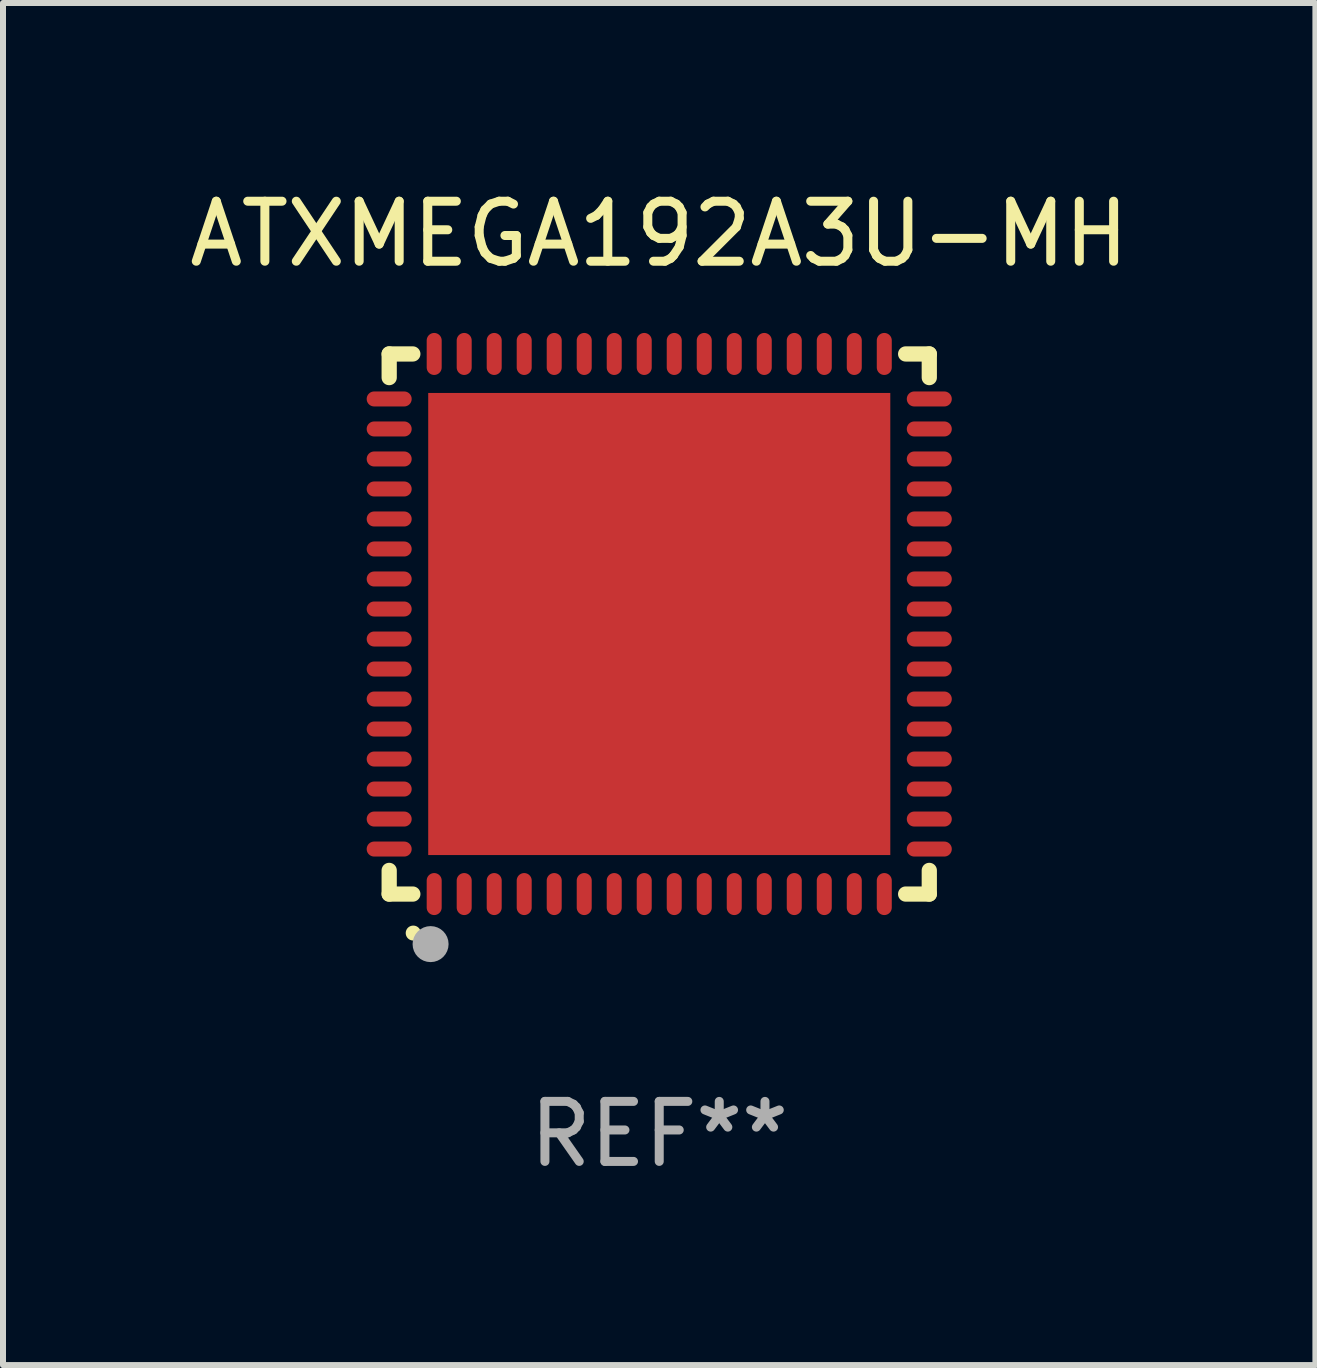
<source format=kicad_pcb>
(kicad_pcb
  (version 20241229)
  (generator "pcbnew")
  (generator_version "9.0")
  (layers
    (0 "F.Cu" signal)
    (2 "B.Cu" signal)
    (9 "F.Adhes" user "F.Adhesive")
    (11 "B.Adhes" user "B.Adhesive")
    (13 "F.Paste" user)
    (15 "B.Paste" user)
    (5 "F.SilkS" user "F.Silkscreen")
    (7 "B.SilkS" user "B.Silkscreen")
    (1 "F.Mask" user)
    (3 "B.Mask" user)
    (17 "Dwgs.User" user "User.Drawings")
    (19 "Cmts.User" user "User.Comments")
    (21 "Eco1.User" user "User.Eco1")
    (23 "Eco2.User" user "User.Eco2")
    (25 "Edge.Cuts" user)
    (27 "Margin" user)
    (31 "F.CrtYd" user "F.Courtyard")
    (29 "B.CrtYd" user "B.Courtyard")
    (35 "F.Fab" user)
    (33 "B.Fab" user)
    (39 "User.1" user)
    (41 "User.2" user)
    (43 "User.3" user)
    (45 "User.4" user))
  (footprint "ATXMEGA192A3U-MH"
    (layer "F.Cu")
    (at 7.935 7.348)
    (property "Reference" "ATXMEGA192A3U-MH" (at 0 -6.5 0) (layer "F.SilkS") (effects (font (size 1 1) (thickness 0.15))))
    (attr through_hole)
    (fp_line (start -4.5 -4.5) (end -4.106 -4.5) (stroke (width 0.254) (type solid)) (layer "F.SilkS"))
    (fp_line (start -4.5 -4.106) (end -4.5 -4.5) (stroke (width 0.254) (type solid)) (layer "F.SilkS"))
    (fp_line (start -4.5 4.5) (end -4.5 4.106) (stroke (width 0.254) (type solid)) (layer "F.SilkS"))
    (fp_line (start -4.106 4.5) (end -4.5 4.5) (stroke (width 0.254) (type solid)) (layer "F.SilkS"))
    (fp_line (start 4.106 -4.5) (end 4.5 -4.5) (stroke (width 0.254) (type solid)) (layer "F.SilkS"))
    (fp_line (start 4.5 -4.5) (end 4.5 -4.106) (stroke (width 0.254) (type solid)) (layer "F.SilkS"))
    (fp_line (start 4.5 4.106) (end 4.5 4.5) (stroke (width 0.254) (type solid)) (layer "F.SilkS"))
    (fp_line (start 4.5 4.5) (end 4.106 4.5) (stroke (width 0.254) (type solid)) (layer "F.SilkS"))
    (fp_arc (start -4.099987 5.149898) (mid -4.098717 5.149892) (end -4.097447 5.149898) (stroke (width 0.24892) (type solid)) (layer "F.SilkS"))
    (fp_circle (center -4.5 4.5) (end -4.47 4.5) (stroke (width 0.06) (type solid)) (fill no) (layer "F.SilkS"))
    (fp_circle (center -3.81 5.334) (end -3.66 5.334) (stroke (width 0.3) (type solid)) (fill no) (layer "F.Fab"))
    (fp_text user "REF**" (at 0 8.5 0) (layer "F.Fab") (effects (font (size 1 1) (thickness 0.15))))
    (pad "1" smd oval (at -3.75 4.5) (size 0.25 0.7) (layers "F.Cu" "F.Mask" "F.Paste"))
    (pad "2" smd oval (at -3.25 4.5) (size 0.25 0.7) (layers "F.Cu" "F.Mask" "F.Paste"))
    (pad "3" smd oval (at -2.75 4.5) (size 0.25 0.7) (layers "F.Cu" "F.Mask" "F.Paste"))
    (pad "4" smd oval (at -2.25 4.5) (size 0.25 0.7) (layers "F.Cu" "F.Mask" "F.Paste"))
    (pad "5" smd oval (at -1.75 4.5) (size 0.25 0.7) (layers "F.Cu" "F.Mask" "F.Paste"))
    (pad "6" smd oval (at -1.25 4.5) (size 0.25 0.7) (layers "F.Cu" "F.Mask" "F.Paste"))
    (pad "7" smd oval (at -0.75 4.5) (size 0.25 0.7) (layers "F.Cu" "F.Mask" "F.Paste"))
    (pad "8" smd oval (at -0.25 4.5) (size 0.25 0.7) (layers "F.Cu" "F.Mask" "F.Paste"))
    (pad "9" smd oval (at 0.25 4.5) (size 0.25 0.7) (layers "F.Cu" "F.Mask" "F.Paste"))
    (pad "10" smd oval (at 0.75 4.5) (size 0.25 0.7) (layers "F.Cu" "F.Mask" "F.Paste"))
    (pad "11" smd oval (at 1.25 4.5) (size 0.25 0.7) (layers "F.Cu" "F.Mask" "F.Paste"))
    (pad "12" smd oval (at 1.75 4.5) (size 0.25 0.7) (layers "F.Cu" "F.Mask" "F.Paste"))
    (pad "13" smd oval (at 2.25 4.5) (size 0.25 0.7) (layers "F.Cu" "F.Mask" "F.Paste"))
    (pad "14" smd oval (at 2.75 4.5) (size 0.25 0.7) (layers "F.Cu" "F.Mask" "F.Paste"))
    (pad "15" smd oval (at 3.25 4.5) (size 0.25 0.7) (layers "F.Cu" "F.Mask" "F.Paste"))
    (pad "16" smd oval (at 3.75 4.5) (size 0.25 0.7) (layers "F.Cu" "F.Mask" "F.Paste"))
    (pad "17" smd oval (at 4.5 3.75) (size 0.75 0.25) (layers "F.Cu" "F.Mask" "F.Paste"))
    (pad "18" smd oval (at 4.5 3.25) (size 0.75 0.25) (layers "F.Cu" "F.Mask" "F.Paste"))
    (pad "19" smd oval (at 4.5 2.75) (size 0.75 0.25) (layers "F.Cu" "F.Mask" "F.Paste"))
    (pad "20" smd oval (at 4.5 2.25) (size 0.75 0.25) (layers "F.Cu" "F.Mask" "F.Paste"))
    (pad "21" smd oval (at 4.5 1.75) (size 0.75 0.25) (layers "F.Cu" "F.Mask" "F.Paste"))
    (pad "22" smd oval (at 4.5 1.25) (size 0.75 0.25) (layers "F.Cu" "F.Mask" "F.Paste"))
    (pad "23" smd oval (at 4.5 0.75) (size 0.75 0.25) (layers "F.Cu" "F.Mask" "F.Paste"))
    (pad "24" smd oval (at 4.5 0.25) (size 0.75 0.25) (layers "F.Cu" "F.Mask" "F.Paste"))
    (pad "25" smd oval (at 4.5 -0.25) (size 0.75 0.25) (layers "F.Cu" "F.Mask" "F.Paste"))
    (pad "26" smd oval (at 4.5 -0.75) (size 0.75 0.25) (layers "F.Cu" "F.Mask" "F.Paste"))
    (pad "27" smd oval (at 4.5 -1.25) (size 0.75 0.25) (layers "F.Cu" "F.Mask" "F.Paste"))
    (pad "28" smd oval (at 4.5 -1.75) (size 0.75 0.25) (layers "F.Cu" "F.Mask" "F.Paste"))
    (pad "29" smd oval (at 4.5 -2.25) (size 0.75 0.25) (layers "F.Cu" "F.Mask" "F.Paste"))
    (pad "30" smd oval (at 4.5 -2.75) (size 0.75 0.25) (layers "F.Cu" "F.Mask" "F.Paste"))
    (pad "31" smd oval (at 4.5 -3.25) (size 0.75 0.25) (layers "F.Cu" "F.Mask" "F.Paste"))
    (pad "32" smd oval (at 4.5 -3.75) (size 0.75 0.25) (layers "F.Cu" "F.Mask" "F.Paste"))
    (pad "33" smd oval (at 3.75 -4.5) (size 0.25 0.7) (layers "F.Cu" "F.Mask" "F.Paste"))
    (pad "34" smd oval (at 3.25 -4.5) (size 0.25 0.7) (layers "F.Cu" "F.Mask" "F.Paste"))
    (pad "35" smd oval (at 2.75 -4.5) (size 0.25 0.7) (layers "F.Cu" "F.Mask" "F.Paste"))
    (pad "36" smd oval (at 2.25 -4.5) (size 0.25 0.7) (layers "F.Cu" "F.Mask" "F.Paste"))
    (pad "37" smd oval (at 1.75 -4.5) (size 0.25 0.7) (layers "F.Cu" "F.Mask" "F.Paste"))
    (pad "38" smd oval (at 1.25 -4.5) (size 0.25 0.7) (layers "F.Cu" "F.Mask" "F.Paste"))
    (pad "39" smd oval (at 0.75 -4.5) (size 0.25 0.7) (layers "F.Cu" "F.Mask" "F.Paste"))
    (pad "40" smd oval (at 0.25 -4.5) (size 0.25 0.7) (layers "F.Cu" "F.Mask" "F.Paste"))
    (pad "41" smd oval (at -0.25 -4.5) (size 0.25 0.7) (layers "F.Cu" "F.Mask" "F.Paste"))
    (pad "42" smd oval (at -0.75 -4.5) (size 0.25 0.7) (layers "F.Cu" "F.Mask" "F.Paste"))
    (pad "43" smd oval (at -1.25 -4.5) (size 0.25 0.7) (layers "F.Cu" "F.Mask" "F.Paste"))
    (pad "44" smd oval (at -1.75 -4.5) (size 0.25 0.7) (layers "F.Cu" "F.Mask" "F.Paste"))
    (pad "45" smd oval (at -2.25 -4.5) (size 0.25 0.7) (layers "F.Cu" "F.Mask" "F.Paste"))
    (pad "46" smd oval (at -2.75 -4.5) (size 0.25 0.7) (layers "F.Cu" "F.Mask" "F.Paste"))
    (pad "47" smd oval (at -3.25 -4.5) (size 0.25 0.7) (layers "F.Cu" "F.Mask" "F.Paste"))
    (pad "48" smd oval (at -3.75 -4.5) (size 0.25 0.7) (layers "F.Cu" "F.Mask" "F.Paste"))
    (pad "49" smd oval (at -4.5 -3.75) (size 0.75 0.25) (layers "F.Cu" "F.Mask" "F.Paste"))
    (pad "50" smd oval (at -4.5 -3.25) (size 0.75 0.25) (layers "F.Cu" "F.Mask" "F.Paste"))
    (pad "51" smd oval (at -4.5 -2.75) (size 0.75 0.25) (layers "F.Cu" "F.Mask" "F.Paste"))
    (pad "52" smd oval (at -4.5 -2.25) (size 0.75 0.25) (layers "F.Cu" "F.Mask" "F.Paste"))
    (pad "53" smd oval (at -4.5 -1.75) (size 0.75 0.25) (layers "F.Cu" "F.Mask" "F.Paste"))
    (pad "54" smd oval (at -4.5 -1.25) (size 0.75 0.25) (layers "F.Cu" "F.Mask" "F.Paste"))
    (pad "55" smd oval (at -4.5 -0.75) (size 0.75 0.25) (layers "F.Cu" "F.Mask" "F.Paste"))
    (pad "56" smd oval (at -4.5 -0.25) (size 0.75 0.25) (layers "F.Cu" "F.Mask" "F.Paste"))
    (pad "57" smd oval (at -4.5 0.25) (size 0.75 0.25) (layers "F.Cu" "F.Mask" "F.Paste"))
    (pad "58" smd oval (at -4.5 0.75) (size 0.75 0.25) (layers "F.Cu" "F.Mask" "F.Paste"))
    (pad "59" smd oval (at -4.5 1.25) (size 0.75 0.25) (layers "F.Cu" "F.Mask" "F.Paste"))
    (pad "60" smd oval (at -4.5 1.75) (size 0.75 0.25) (layers "F.Cu" "F.Mask" "F.Paste"))
    (pad "61" smd oval (at -4.5 2.25) (size 0.75 0.25) (layers "F.Cu" "F.Mask" "F.Paste"))
    (pad "62" smd oval (at -4.5 2.75) (size 0.75 0.25) (layers "F.Cu" "F.Mask" "F.Paste"))
    (pad "63" smd oval (at -4.5 3.25) (size 0.75 0.25) (layers "F.Cu" "F.Mask" "F.Paste"))
    (pad "64" smd oval (at -4.5 3.75) (size 0.75 0.25) (layers "F.Cu" "F.Mask" "F.Paste"))
    (pad "65" smd rect (at 0.000394 -0.000013) (size 7.7 7.7) (layers "F.Cu" "F.Mask" "F.Paste")))
  (gr_rect
    (start -3 -3)
    (end 18.869 19.697)
    (stroke (width 0.1) (type default))
    (fill no)
    (layer "Edge.Cuts")))
</source>
